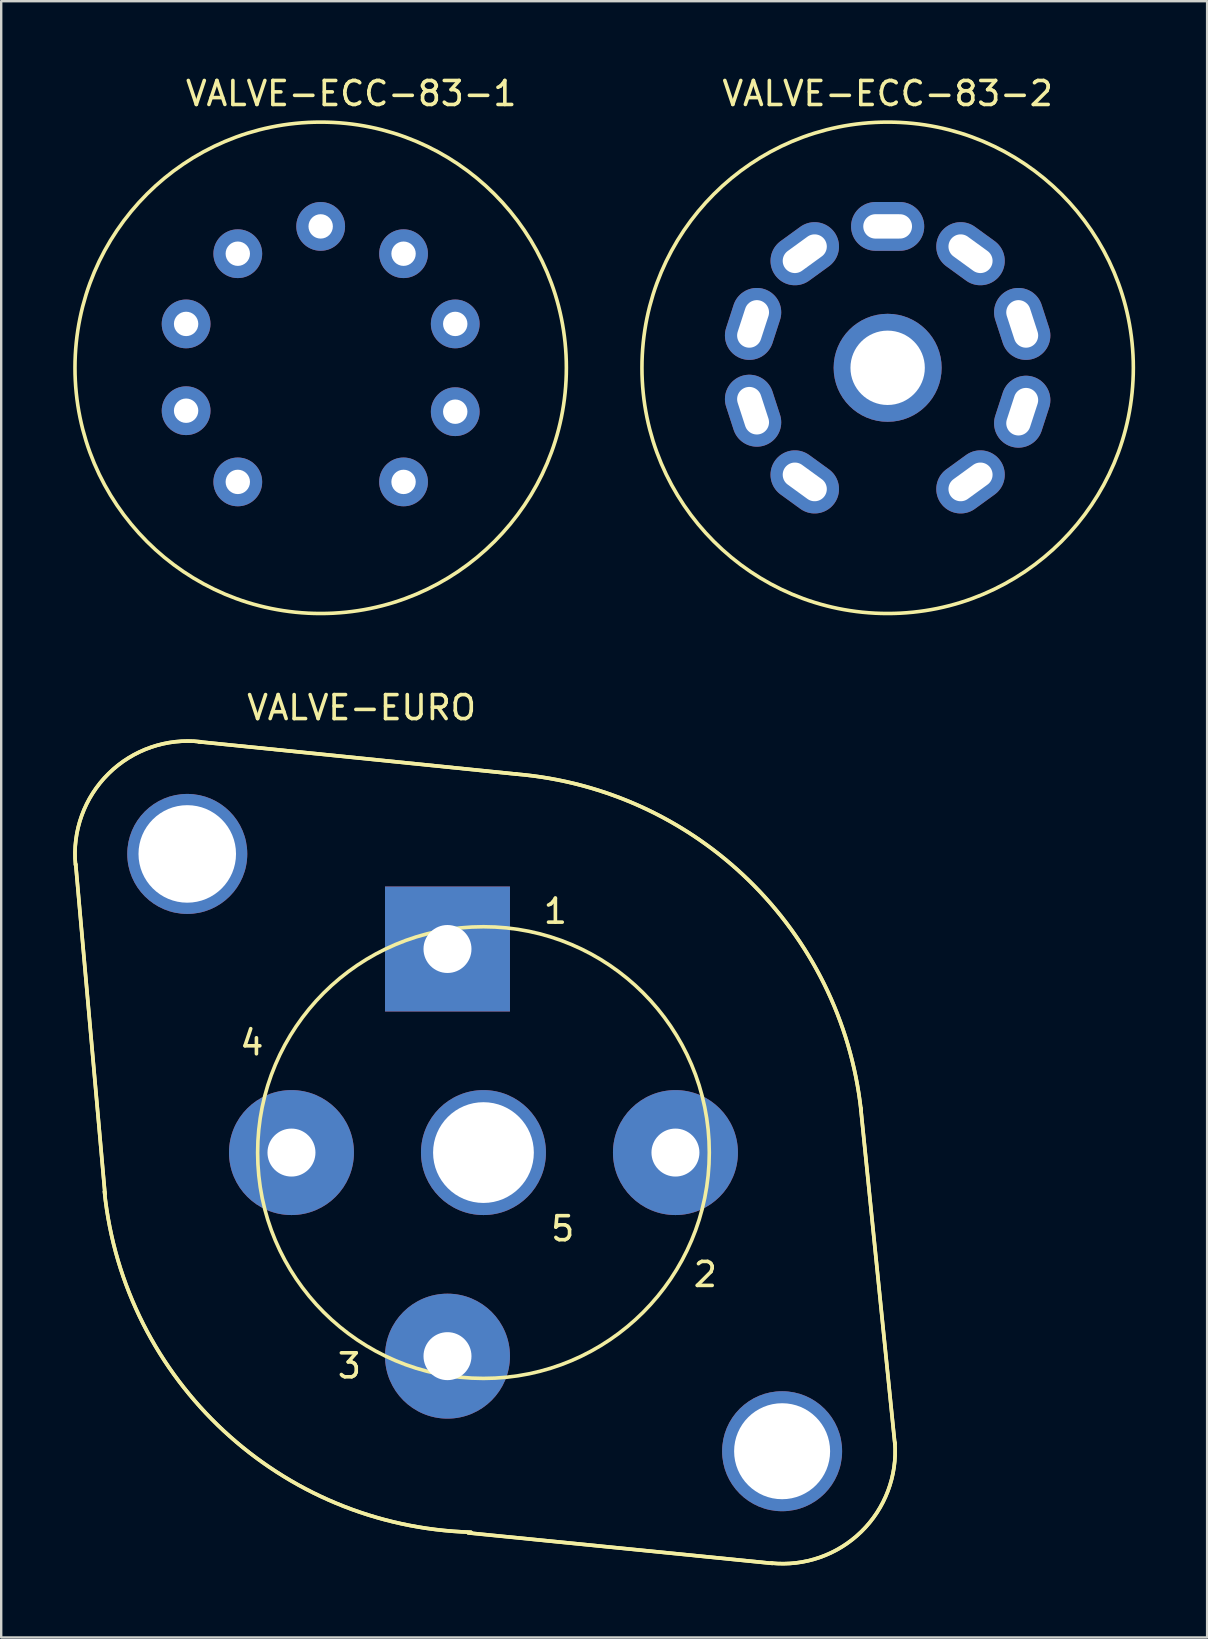
<source format=kicad_pcb>
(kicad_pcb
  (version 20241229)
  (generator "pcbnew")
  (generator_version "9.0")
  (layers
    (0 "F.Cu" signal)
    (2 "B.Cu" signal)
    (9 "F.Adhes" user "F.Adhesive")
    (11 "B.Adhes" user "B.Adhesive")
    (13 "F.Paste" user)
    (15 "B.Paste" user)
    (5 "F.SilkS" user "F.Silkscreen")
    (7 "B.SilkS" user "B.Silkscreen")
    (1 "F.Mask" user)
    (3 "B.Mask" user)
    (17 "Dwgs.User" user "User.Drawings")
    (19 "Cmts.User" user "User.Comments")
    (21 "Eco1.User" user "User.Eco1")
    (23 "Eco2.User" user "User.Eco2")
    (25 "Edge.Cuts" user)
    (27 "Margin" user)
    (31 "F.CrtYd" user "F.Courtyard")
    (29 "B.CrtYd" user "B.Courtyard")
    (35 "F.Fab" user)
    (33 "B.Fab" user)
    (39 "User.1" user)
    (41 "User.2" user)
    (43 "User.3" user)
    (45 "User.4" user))
  (footprint "VALVE-ECC-83-2"
    (layer "F.Cu")
    (at 33.942 12.278)
    (property "Reference" "VALVE-ECC-83-2" (at 0 -11.43 0) (layer "F.SilkS") (effects (font (size 1 1) (thickness 0.15))))
    (attr through_hole)
    (fp_circle (center 0 0) (end 10.16 1.27) (stroke (width 0.15) (type solid)) (fill no) (layer "F.SilkS"))
    (pad "1" thru_hole oval (at 3.454 4.755 306) (size 2.032 3.048) (drill oval 1.016 2.032) (layers "*.Cu" "*.Mask"))
    (pad "2" thru_hole circle (at 0 0) (size 4.501 4.501) (drill 3.099) (layers "*.Cu" "*.Mask"))
    (pad "2" thru_hole oval (at 5.608 1.829 342) (size 2.032 3.048) (drill oval 1.016 2.032) (layers "*.Cu" "*.Mask"))
    (pad "3" thru_hole oval (at 5.608 -1.829 18) (size 2.032 3.048) (drill oval 1.016 2.032) (layers "*.Cu" "*.Mask"))
    (pad "4" thru_hole oval (at 3.454 -4.755 54) (size 2.032 3.048) (drill oval 1.016 2.032) (layers "*.Cu" "*.Mask"))
    (pad "5" thru_hole oval (at 0 -5.893 90) (size 2.032 3.048) (drill oval 1.016 2.032) (layers "*.Cu" "*.Mask"))
    (pad "6" thru_hole oval (at -3.454 -4.755 306) (size 2.032 3.048) (drill oval 1.016 2.032) (layers "*.Cu" "*.Mask"))
    (pad "7" thru_hole oval (at -5.608 -1.829 342) (size 2.032 3.048) (drill oval 1.016 2.032) (layers "*.Cu" "*.Mask"))
    (pad "8" thru_hole oval (at -5.608 1.788 18) (size 2.032 3.048) (drill oval 1.016 2.032) (layers "*.Cu" "*.Mask"))
    (pad "9" thru_hole oval (at -3.454 4.755 54) (size 2.032 3.048) (drill oval 1.016 2.032) (layers "*.Cu" "*.Mask")))
  (footprint "VALVE-ECC-83-1"
    (layer "F.Cu")
    (at 10.314 12.278)
    (property "Reference" "VALVE-ECC-83-1" (at 1.27 -11.43 0) (layer "F.SilkS") (effects (font (size 1 1) (thickness 0.15))))
    (attr through_hole)
    (fp_circle (center 0 0) (end 10.16 1.27) (stroke (width 0.15) (type solid)) (fill no) (layer "F.SilkS"))
    (pad "1" thru_hole circle (at 3.454 4.755) (size 2.032 2.032) (drill 1.016) (layers "*.Cu" "*.Mask"))
    (pad "2" thru_hole circle (at 5.608 1.829) (size 2.032 2.032) (drill 1.016) (layers "*.Cu" "*.Mask"))
    (pad "3" thru_hole circle (at 5.608 -1.829) (size 2.032 2.032) (drill 1.016) (layers "*.Cu" "*.Mask"))
    (pad "4" thru_hole circle (at 3.454 -4.755) (size 2.032 2.032) (drill 1.016) (layers "*.Cu" "*.Mask"))
    (pad "5" thru_hole circle (at 0 -5.893) (size 2.032 2.032) (drill 1.016) (layers "*.Cu" "*.Mask"))
    (pad "6" thru_hole circle (at -3.454 -4.755) (size 2.032 2.032) (drill 1.016) (layers "*.Cu" "*.Mask"))
    (pad "7" thru_hole circle (at -5.608 -1.829) (size 2.032 2.032) (drill 1.016) (layers "*.Cu" "*.Mask"))
    (pad "8" thru_hole circle (at -5.608 1.788) (size 2.032 2.032) (drill 1.016) (layers "*.Cu" "*.Mask"))
    (pad "9" thru_hole circle (at -3.454 4.755) (size 2.032 2.032) (drill 1.016) (layers "*.Cu" "*.Mask")))
  (footprint "VALVE-EURO"
    (layer "F.Cu")
    (at 17.098 44.983)
    (property "Reference" "VALVE-EURO" (at -5.08 -18.542 0) (layer "F.SilkS") (effects (font (size 1 1) (thickness 0.15))))
    (attr exclude_from_pos_files exclude_from_bom)
    (fp_line (start -15.773 1.727) (end -16.993 -12.014) (stroke (width 0.15) (type solid)) (layer "F.SilkS"))
    (fp_line (start -15.773 1.727) (end -16.993 -12.014) (stroke (width 0.15) (type solid)) (layer "F.SilkS"))
    (fp_line (start -11.862 -17.12) (end 1.372 -15.773) (stroke (width 0.15) (type solid)) (layer "F.SilkS"))
    (fp_line (start -11.862 -17.12) (end 1.372 -15.773) (stroke (width 0.15) (type solid)) (layer "F.SilkS"))
    (fp_line (start 12.04 17.12) (end -0.635 15.85) (stroke (width 0.15) (type solid)) (layer "F.SilkS"))
    (fp_line (start 12.04 17.12) (end -0.635 15.85) (stroke (width 0.15) (type solid)) (layer "F.SilkS"))
    (fp_line (start 17.145 12.141) (end 15.723 -1.854) (stroke (width 0.15) (type solid)) (layer "F.SilkS"))
    (fp_line (start 17.145 12.141) (end 15.723 -1.854) (stroke (width 0.15) (type solid)) (layer "F.SilkS"))
    (fp_arc (start -17.00022 -11.98626) (mid -15.619349 -15.797549) (end -11.787255 -17.119588) (stroke (width 0.15) (type solid)) (layer "F.SilkS"))
    (fp_arc (start -17.00022 -11.98626) (mid -15.619349 -15.797549) (end -11.787255 -17.119588) (stroke (width 0.15) (type solid)) (layer "F.SilkS"))
    (fp_arc (start -0.5207 15.82166) (mid -10.825921 11.594935) (end -15.795623 1.626743) (stroke (width 0.15) (type solid)) (layer "F.SilkS"))
    (fp_arc (start -0.5207 15.82166) (mid -10.825921 11.594935) (end -15.795623 1.626743) (stroke (width 0.15) (type solid)) (layer "F.SilkS"))
    (fp_arc (start 1.3716 -15.7734) (mid 11.06139 -11.339934) (end 15.73496 -1.763641) (stroke (width 0.15) (type solid)) (layer "F.SilkS"))
    (fp_arc (start 1.3716 -15.7734) (mid 11.06139 -11.339934) (end 15.73496 -1.763641) (stroke (width 0.15) (type solid)) (layer "F.SilkS"))
    (fp_arc (start 17.145 12.0904) (mid 15.742083 15.803323) (end 11.993757 17.108708) (stroke (width 0.15) (type solid)) (layer "F.SilkS"))
    (fp_arc (start 17.145 12.0904) (mid 15.742083 15.803323) (end 11.993757 17.108708) (stroke (width 0.15) (type solid)) (layer "F.SilkS"))
    (fp_circle (center 0 0) (end -6.655 6.655) (stroke (width 0.15) (type solid)) (fill no) (layer "F.SilkS"))
    (fp_text user "5" (at 3.302 3.175 0) (layer "F.SilkS") (effects (font (size 1 1) (thickness 0.15))))
    (fp_text user "3" (at -5.588 8.89 0) (layer "F.SilkS") (effects (font (size 1 1) (thickness 0.15))))
    (fp_text user "4" (at -9.652 -4.572 0) (layer "F.SilkS") (effects (font (size 1 1) (thickness 0.15))))
    (fp_text user "2" (at 9.246 5.08 0) (layer "F.SilkS") (effects (font (size 1 1) (thickness 0.15))))
    (fp_text user "1" (at 2.997 -10.058 0) (layer "F.SilkS") (effects (font (size 1 1) (thickness 0.15))))
    (pad "" thru_hole circle (at -12.344 -12.446) (size 5.001 5.001) (drill 4.064) (layers "*.Cu" "F.Mask" "F.Paste"))
    (pad "" thru_hole circle (at 12.446 12.446) (size 5.001 5.001) (drill 4) (layers "*.Cu" "F.Mask" "F.Paste"))
    (pad "1" thru_hole rect (at -1.499 -8.484) (size 5.207 5.207) (drill 1.999) (layers "*.Cu" "F.Mask" "F.Paste"))
    (pad "2" thru_hole circle (at 8.001 0) (size 5.207 5.207) (drill 1.999) (layers "*.Cu" "F.Mask" "F.Paste"))
    (pad "3" thru_hole circle (at -1.499 8.484) (size 5.207 5.207) (drill 1.999) (layers "*.Cu" "F.Mask" "F.Paste"))
    (pad "4" thru_hole circle (at -8.001 0) (size 5.207 5.207) (drill 1.999) (layers "*.Cu" "F.Mask" "F.Paste"))
    (pad "5" thru_hole circle (at 0 0) (size 5.207 5.207) (drill 4.199) (layers "*.Cu" "F.Mask" "F.Paste")))
  (gr_rect
    (start -3 -3)
    (end 47.256 65.191)
    (stroke (width 0.1) (type default))
    (fill no)
    (layer "Edge.Cuts")))
</source>
